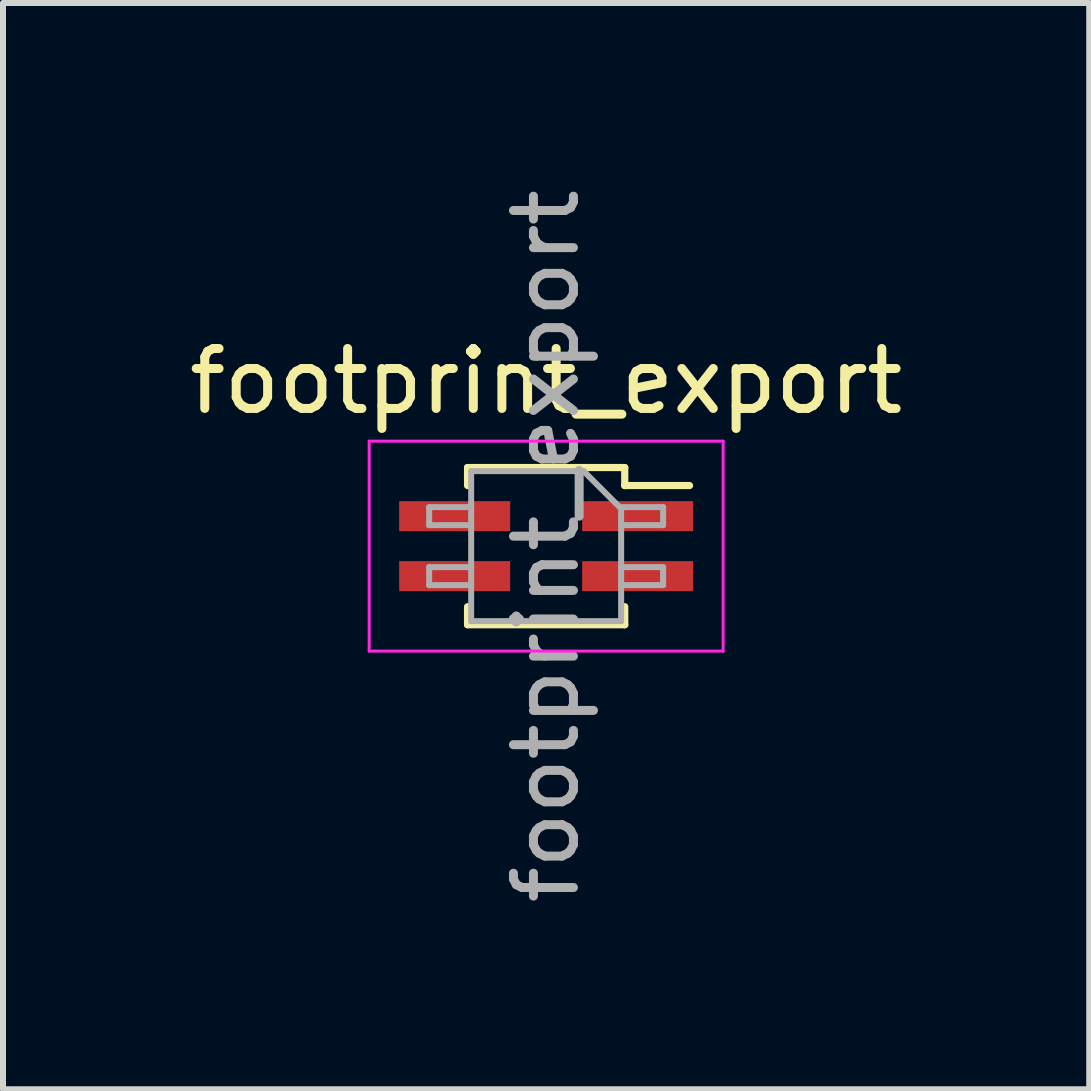
<source format=kicad_pcb>
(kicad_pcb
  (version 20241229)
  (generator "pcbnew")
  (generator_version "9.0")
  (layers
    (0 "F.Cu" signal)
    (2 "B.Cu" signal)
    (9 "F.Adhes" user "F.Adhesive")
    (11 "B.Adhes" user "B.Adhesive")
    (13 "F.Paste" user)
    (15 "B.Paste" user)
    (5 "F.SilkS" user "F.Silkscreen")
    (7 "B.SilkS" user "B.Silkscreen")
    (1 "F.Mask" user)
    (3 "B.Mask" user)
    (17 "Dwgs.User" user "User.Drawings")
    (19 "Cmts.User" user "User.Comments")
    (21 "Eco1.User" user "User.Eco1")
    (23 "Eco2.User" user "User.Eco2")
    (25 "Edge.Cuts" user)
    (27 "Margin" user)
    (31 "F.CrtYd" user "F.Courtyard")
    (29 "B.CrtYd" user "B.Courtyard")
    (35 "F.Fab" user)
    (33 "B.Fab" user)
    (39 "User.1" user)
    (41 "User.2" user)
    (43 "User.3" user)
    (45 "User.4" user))
  (footprint "footprint_export"
    (layer "F.Cu")
    (at 6.054 6.054)
    (property "Reference" "footprint_export" (at 0 -2.75 0) (layer "F.SilkS") (effects (font (size 1 1) (thickness 0.15))))
    (attr smd)
    (fp_line (start -1.31 -1.31) (end -1.31 -1.01) (stroke (width 0.12) (type solid)) (layer "F.SilkS"))
    (fp_line (start -1.31 -1.31) (end 1.31 -1.31) (stroke (width 0.12) (type solid)) (layer "F.SilkS"))
    (fp_line (start -1.31 1.01) (end -1.31 1.31) (stroke (width 0.12) (type solid)) (layer "F.SilkS"))
    (fp_line (start -1.31 1.31) (end 1.31 1.31) (stroke (width 0.12) (type solid)) (layer "F.SilkS"))
    (fp_line (start 1.31 -1.31) (end 1.31 -1.01) (stroke (width 0.12) (type solid)) (layer "F.SilkS"))
    (fp_line (start 1.31 -1.01) (end 2.39 -1.01) (stroke (width 0.12) (type solid)) (layer "F.SilkS"))
    (fp_line (start 1.31 1.01) (end 1.31 1.31) (stroke (width 0.12) (type solid)) (layer "F.SilkS"))
    (fp_line (start -2.95 -1.75) (end 2.95 -1.75) (stroke (width 0.05) (type solid)) (layer "F.CrtYd"))
    (fp_line (start -2.95 1.75) (end -2.95 -1.75) (stroke (width 0.05) (type solid)) (layer "F.CrtYd"))
    (fp_line (start 2.95 -1.75) (end 2.95 1.75) (stroke (width 0.05) (type solid)) (layer "F.CrtYd"))
    (fp_line (start 2.95 1.75) (end -2.95 1.75) (stroke (width 0.05) (type solid)) (layer "F.CrtYd"))
    (fp_line (start -1.95 -0.65) (end -1.25 -0.65) (stroke (width 0.1) (type solid)) (layer "F.Fab"))
    (fp_line (start -1.95 -0.35) (end -1.95 -0.65) (stroke (width 0.1) (type solid)) (layer "F.Fab"))
    (fp_line (start -1.95 0.35) (end -1.25 0.35) (stroke (width 0.1) (type solid)) (layer "F.Fab"))
    (fp_line (start -1.95 0.65) (end -1.95 0.35) (stroke (width 0.1) (type solid)) (layer "F.Fab"))
    (fp_line (start -1.25 -1.25) (end 0.625 -1.25) (stroke (width 0.1) (type solid)) (layer "F.Fab"))
    (fp_line (start -1.25 -0.35) (end -1.95 -0.35) (stroke (width 0.1) (type solid)) (layer "F.Fab"))
    (fp_line (start -1.25 0.65) (end -1.95 0.65) (stroke (width 0.1) (type solid)) (layer "F.Fab"))
    (fp_line (start -1.25 1.25) (end -1.25 -1.25) (stroke (width 0.1) (type solid)) (layer "F.Fab"))
    (fp_line (start 0.625 -1.25) (end 1.25 -0.625) (stroke (width 0.1) (type solid)) (layer "F.Fab"))
    (fp_line (start 1.25 -0.65) (end 1.95 -0.65) (stroke (width 0.1) (type solid)) (layer "F.Fab"))
    (fp_line (start 1.25 -0.625) (end 1.25 1.25) (stroke (width 0.1) (type solid)) (layer "F.Fab"))
    (fp_line (start 1.25 0.35) (end 1.95 0.35) (stroke (width 0.1) (type solid)) (layer "F.Fab"))
    (fp_line (start 1.25 1.25) (end -1.25 1.25) (stroke (width 0.1) (type solid)) (layer "F.Fab"))
    (fp_line (start 1.95 -0.65) (end 1.95 -0.35) (stroke (width 0.1) (type solid)) (layer "F.Fab"))
    (fp_line (start 1.95 -0.35) (end 1.25 -0.35) (stroke (width 0.1) (type solid)) (layer "F.Fab"))
    (fp_line (start 1.95 0.35) (end 1.95 0.65) (stroke (width 0.1) (type solid)) (layer "F.Fab"))
    (fp_line (start 1.95 0.65) (end 1.25 0.65) (stroke (width 0.1) (type solid)) (layer "F.Fab"))
    (fp_text user "${REFERENCE}" (at 0 0 90) (layer "F.Fab") (effects (font (size 1 1) (thickness 0.15))))
    (pad "1" smd rect (at 1.525 -0.5) (size 1.85 0.5) (layers "F.Cu" "F.Mask" "F.Paste"))
    (pad "2" smd rect (at -1.525 -0.5) (size 1.85 0.5) (layers "F.Cu" "F.Mask" "F.Paste"))
    (pad "3" smd rect (at 1.525 0.5) (size 1.85 0.5) (layers "F.Cu" "F.Mask" "F.Paste"))
    (pad "4" smd rect (at -1.525 0.5) (size 1.85 0.5) (layers "F.Cu" "F.Mask" "F.Paste")))
  (gr_rect
    (start -3 -3)
    (end 15.107 15.107)
    (stroke (width 0.1) (type default))
    (fill no)
    (layer "Edge.Cuts")))
</source>
